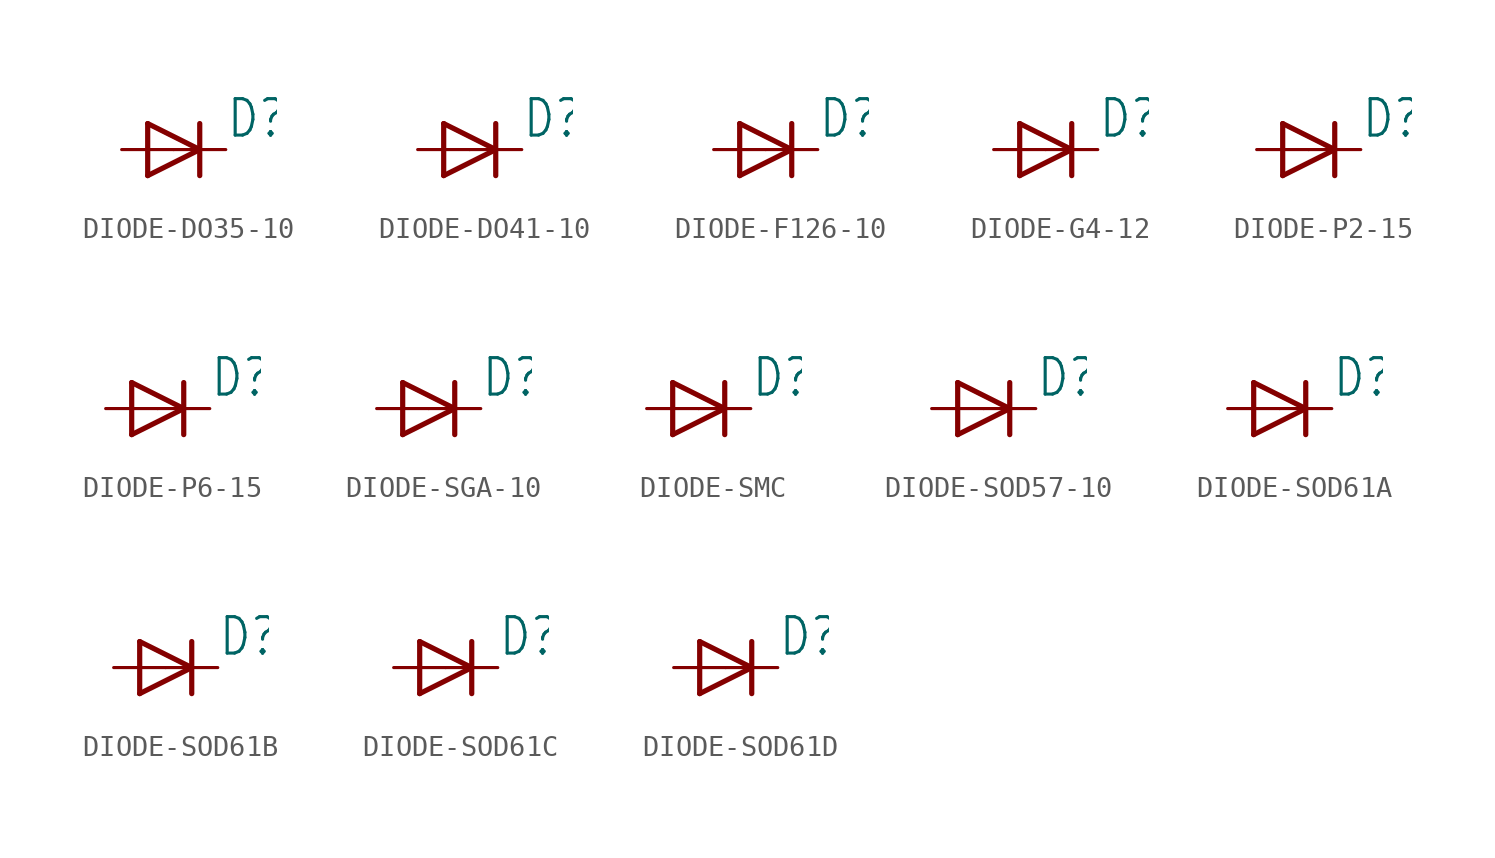
<source format=kicad_sym>
(kicad_symbol_lib
  (version 20241209)
  (generator "kicad_symbol_editor")
  (generator_version "9.0")
  (symbol "DIODE-DO35-10"
    (property "Reference" "D"
      (at 2.54 0.483 0)
      (effects (font (size 1.778 1.511)) (justify left bottom)))
    (property "Value" ""
      (at 2.54 -2.311 0)
      (effects (font (size 1.778 1.511)) (justify left bottom)))
    (property "ki_locked" ""
      (at 0 0 0)
      (effects (font (size 1.27 1.27))))
    (symbol "DIODE-DO35-10_1_0"
      (polyline (pts (xy -1.27 1.27) (xy -1.27 -1.27)) (stroke (width 0.254) (type solid)) (fill (type none)))
      (polyline (pts (xy -1.27 -1.27) (xy 1.27 0)) (stroke (width 0.254) (type solid)) (fill (type none)))
      (polyline (pts (xy 1.27 1.27) (xy 1.27 0)) (stroke (width 0.254) (type solid)) (fill (type none)))
      (polyline (pts (xy 1.27 0) (xy -1.27 1.27)) (stroke (width 0.254) (type solid)) (fill (type none)))
      (polyline (pts (xy 1.27 0) (xy 1.27 -1.27)) (stroke (width 0.254) (type solid)) (fill (type none)))
      (pin passive line (at -2.54 0 0) (length 2.54) (name "A" (effects (font (size 0 0)))) (number "A" (effects (font (size 0 0)))))
      (pin passive line (at 2.54 0 180) (length 2.54) (name "C" (effects (font (size 0 0)))) (number "C" (effects (font (size 0 0)))))))
  (symbol "DIODE-DO41-10"
    (property "Reference" "D"
      (at 2.54 0.483 0)
      (effects (font (size 1.778 1.511)) (justify left bottom)))
    (property "Value" ""
      (at 2.54 -2.311 0)
      (effects (font (size 1.778 1.511)) (justify left bottom)))
    (property "ki_locked" ""
      (at 0 0 0)
      (effects (font (size 1.27 1.27))))
    (symbol "DIODE-DO41-10_1_0"
      (polyline (pts (xy -1.27 1.27) (xy -1.27 -1.27)) (stroke (width 0.254) (type solid)) (fill (type none)))
      (polyline (pts (xy -1.27 -1.27) (xy 1.27 0)) (stroke (width 0.254) (type solid)) (fill (type none)))
      (polyline (pts (xy 1.27 1.27) (xy 1.27 0)) (stroke (width 0.254) (type solid)) (fill (type none)))
      (polyline (pts (xy 1.27 0) (xy -1.27 1.27)) (stroke (width 0.254) (type solid)) (fill (type none)))
      (polyline (pts (xy 1.27 0) (xy 1.27 -1.27)) (stroke (width 0.254) (type solid)) (fill (type none)))
      (pin passive line (at -2.54 0 0) (length 2.54) (name "A" (effects (font (size 0 0)))) (number "A" (effects (font (size 0 0)))))
      (pin passive line (at 2.54 0 180) (length 2.54) (name "C" (effects (font (size 0 0)))) (number "C" (effects (font (size 0 0)))))))
  (symbol "DIODE-F126-10"
    (property "Reference" "D"
      (at 2.54 0.483 0)
      (effects (font (size 1.778 1.511)) (justify left bottom)))
    (property "Value" ""
      (at 2.54 -2.311 0)
      (effects (font (size 1.778 1.511)) (justify left bottom)))
    (property "ki_locked" ""
      (at 0 0 0)
      (effects (font (size 1.27 1.27))))
    (symbol "DIODE-F126-10_1_0"
      (polyline (pts (xy -1.27 1.27) (xy -1.27 -1.27)) (stroke (width 0.254) (type solid)) (fill (type none)))
      (polyline (pts (xy -1.27 -1.27) (xy 1.27 0)) (stroke (width 0.254) (type solid)) (fill (type none)))
      (polyline (pts (xy 1.27 1.27) (xy 1.27 0)) (stroke (width 0.254) (type solid)) (fill (type none)))
      (polyline (pts (xy 1.27 0) (xy -1.27 1.27)) (stroke (width 0.254) (type solid)) (fill (type none)))
      (polyline (pts (xy 1.27 0) (xy 1.27 -1.27)) (stroke (width 0.254) (type solid)) (fill (type none)))
      (pin passive line (at -2.54 0 0) (length 2.54) (name "A" (effects (font (size 0 0)))) (number "A" (effects (font (size 0 0)))))
      (pin passive line (at 2.54 0 180) (length 2.54) (name "C" (effects (font (size 0 0)))) (number "C" (effects (font (size 0 0)))))))
  (symbol "DIODE-G4-12"
    (property "Reference" "D"
      (at 2.54 0.483 0)
      (effects (font (size 1.778 1.511)) (justify left bottom)))
    (property "Value" ""
      (at 2.54 -2.311 0)
      (effects (font (size 1.778 1.511)) (justify left bottom)))
    (property "ki_locked" ""
      (at 0 0 0)
      (effects (font (size 1.27 1.27))))
    (symbol "DIODE-G4-12_1_0"
      (polyline (pts (xy -1.27 1.27) (xy -1.27 -1.27)) (stroke (width 0.254) (type solid)) (fill (type none)))
      (polyline (pts (xy -1.27 -1.27) (xy 1.27 0)) (stroke (width 0.254) (type solid)) (fill (type none)))
      (polyline (pts (xy 1.27 1.27) (xy 1.27 0)) (stroke (width 0.254) (type solid)) (fill (type none)))
      (polyline (pts (xy 1.27 0) (xy -1.27 1.27)) (stroke (width 0.254) (type solid)) (fill (type none)))
      (polyline (pts (xy 1.27 0) (xy 1.27 -1.27)) (stroke (width 0.254) (type solid)) (fill (type none)))
      (pin passive line (at -2.54 0 0) (length 2.54) (name "A" (effects (font (size 0 0)))) (number "A" (effects (font (size 0 0)))))
      (pin passive line (at 2.54 0 180) (length 2.54) (name "C" (effects (font (size 0 0)))) (number "C" (effects (font (size 0 0)))))))
  (symbol "DIODE-P2-15"
    (property "Reference" "D"
      (at 2.54 0.483 0)
      (effects (font (size 1.778 1.511)) (justify left bottom)))
    (property "Value" ""
      (at 2.54 -2.311 0)
      (effects (font (size 1.778 1.511)) (justify left bottom)))
    (property "ki_locked" ""
      (at 0 0 0)
      (effects (font (size 1.27 1.27))))
    (symbol "DIODE-P2-15_1_0"
      (polyline (pts (xy -1.27 1.27) (xy -1.27 -1.27)) (stroke (width 0.254) (type solid)) (fill (type none)))
      (polyline (pts (xy -1.27 -1.27) (xy 1.27 0)) (stroke (width 0.254) (type solid)) (fill (type none)))
      (polyline (pts (xy 1.27 1.27) (xy 1.27 0)) (stroke (width 0.254) (type solid)) (fill (type none)))
      (polyline (pts (xy 1.27 0) (xy -1.27 1.27)) (stroke (width 0.254) (type solid)) (fill (type none)))
      (polyline (pts (xy 1.27 0) (xy 1.27 -1.27)) (stroke (width 0.254) (type solid)) (fill (type none)))
      (pin passive line (at -2.54 0 0) (length 2.54) (name "A" (effects (font (size 0 0)))) (number "A" (effects (font (size 0 0)))))
      (pin passive line (at 2.54 0 180) (length 2.54) (name "C" (effects (font (size 0 0)))) (number "C" (effects (font (size 0 0)))))))
  (symbol "DIODE-P6-15"
    (property "Reference" "D"
      (at 2.54 0.483 0)
      (effects (font (size 1.778 1.511)) (justify left bottom)))
    (property "Value" ""
      (at 2.54 -2.311 0)
      (effects (font (size 1.778 1.511)) (justify left bottom)))
    (property "ki_locked" ""
      (at 0 0 0)
      (effects (font (size 1.27 1.27))))
    (symbol "DIODE-P6-15_1_0"
      (polyline (pts (xy -1.27 1.27) (xy -1.27 -1.27)) (stroke (width 0.254) (type solid)) (fill (type none)))
      (polyline (pts (xy -1.27 -1.27) (xy 1.27 0)) (stroke (width 0.254) (type solid)) (fill (type none)))
      (polyline (pts (xy 1.27 1.27) (xy 1.27 0)) (stroke (width 0.254) (type solid)) (fill (type none)))
      (polyline (pts (xy 1.27 0) (xy -1.27 1.27)) (stroke (width 0.254) (type solid)) (fill (type none)))
      (polyline (pts (xy 1.27 0) (xy 1.27 -1.27)) (stroke (width 0.254) (type solid)) (fill (type none)))
      (pin passive line (at -2.54 0 0) (length 2.54) (name "A" (effects (font (size 0 0)))) (number "A" (effects (font (size 0 0)))))
      (pin passive line (at 2.54 0 180) (length 2.54) (name "C" (effects (font (size 0 0)))) (number "C" (effects (font (size 0 0)))))))
  (symbol "DIODE-SGA-10"
    (property "Reference" "D"
      (at 2.54 0.483 0)
      (effects (font (size 1.778 1.511)) (justify left bottom)))
    (property "Value" ""
      (at 2.54 -2.311 0)
      (effects (font (size 1.778 1.511)) (justify left bottom)))
    (property "ki_locked" ""
      (at 0 0 0)
      (effects (font (size 1.27 1.27))))
    (symbol "DIODE-SGA-10_1_0"
      (polyline (pts (xy -1.27 1.27) (xy -1.27 -1.27)) (stroke (width 0.254) (type solid)) (fill (type none)))
      (polyline (pts (xy -1.27 -1.27) (xy 1.27 0)) (stroke (width 0.254) (type solid)) (fill (type none)))
      (polyline (pts (xy 1.27 1.27) (xy 1.27 0)) (stroke (width 0.254) (type solid)) (fill (type none)))
      (polyline (pts (xy 1.27 0) (xy -1.27 1.27)) (stroke (width 0.254) (type solid)) (fill (type none)))
      (polyline (pts (xy 1.27 0) (xy 1.27 -1.27)) (stroke (width 0.254) (type solid)) (fill (type none)))
      (pin passive line (at -2.54 0 0) (length 2.54) (name "A" (effects (font (size 0 0)))) (number "A" (effects (font (size 0 0)))))
      (pin passive line (at 2.54 0 180) (length 2.54) (name "C" (effects (font (size 0 0)))) (number "C" (effects (font (size 0 0)))))))
  (symbol "DIODE-SMC"
    (property "Reference" "D"
      (at 2.54 0.483 0)
      (effects (font (size 1.778 1.511)) (justify left bottom)))
    (property "Value" ""
      (at 2.54 -2.311 0)
      (effects (font (size 1.778 1.511)) (justify left bottom)))
    (property "ki_locked" ""
      (at 0 0 0)
      (effects (font (size 1.27 1.27))))
    (symbol "DIODE-SMC_1_0"
      (polyline (pts (xy -1.27 1.27) (xy -1.27 -1.27)) (stroke (width 0.254) (type solid)) (fill (type none)))
      (polyline (pts (xy -1.27 -1.27) (xy 1.27 0)) (stroke (width 0.254) (type solid)) (fill (type none)))
      (polyline (pts (xy 1.27 1.27) (xy 1.27 0)) (stroke (width 0.254) (type solid)) (fill (type none)))
      (polyline (pts (xy 1.27 0) (xy -1.27 1.27)) (stroke (width 0.254) (type solid)) (fill (type none)))
      (polyline (pts (xy 1.27 0) (xy 1.27 -1.27)) (stroke (width 0.254) (type solid)) (fill (type none)))
      (pin passive line (at -2.54 0 0) (length 2.54) (name "A" (effects (font (size 0 0)))) (number "A" (effects (font (size 0 0)))))
      (pin passive line (at 2.54 0 180) (length 2.54) (name "C" (effects (font (size 0 0)))) (number "C" (effects (font (size 0 0)))))))
  (symbol "DIODE-SOD57-10"
    (property "Reference" "D"
      (at 2.54 0.483 0)
      (effects (font (size 1.778 1.511)) (justify left bottom)))
    (property "Value" ""
      (at 2.54 -2.311 0)
      (effects (font (size 1.778 1.511)) (justify left bottom)))
    (property "ki_locked" ""
      (at 0 0 0)
      (effects (font (size 1.27 1.27))))
    (symbol "DIODE-SOD57-10_1_0"
      (polyline (pts (xy -1.27 1.27) (xy -1.27 -1.27)) (stroke (width 0.254) (type solid)) (fill (type none)))
      (polyline (pts (xy -1.27 -1.27) (xy 1.27 0)) (stroke (width 0.254) (type solid)) (fill (type none)))
      (polyline (pts (xy 1.27 1.27) (xy 1.27 0)) (stroke (width 0.254) (type solid)) (fill (type none)))
      (polyline (pts (xy 1.27 0) (xy -1.27 1.27)) (stroke (width 0.254) (type solid)) (fill (type none)))
      (polyline (pts (xy 1.27 0) (xy 1.27 -1.27)) (stroke (width 0.254) (type solid)) (fill (type none)))
      (pin passive line (at -2.54 0 0) (length 2.54) (name "A" (effects (font (size 0 0)))) (number "A" (effects (font (size 0 0)))))
      (pin passive line (at 2.54 0 180) (length 2.54) (name "C" (effects (font (size 0 0)))) (number "C" (effects (font (size 0 0)))))))
  (symbol "DIODE-SOD61A"
    (property "Reference" "D"
      (at 2.54 0.483 0)
      (effects (font (size 1.778 1.511)) (justify left bottom)))
    (property "Value" ""
      (at 2.54 -2.311 0)
      (effects (font (size 1.778 1.511)) (justify left bottom)))
    (property "ki_locked" ""
      (at 0 0 0)
      (effects (font (size 1.27 1.27))))
    (symbol "DIODE-SOD61A_1_0"
      (polyline (pts (xy -1.27 1.27) (xy -1.27 -1.27)) (stroke (width 0.254) (type solid)) (fill (type none)))
      (polyline (pts (xy -1.27 -1.27) (xy 1.27 0)) (stroke (width 0.254) (type solid)) (fill (type none)))
      (polyline (pts (xy 1.27 1.27) (xy 1.27 0)) (stroke (width 0.254) (type solid)) (fill (type none)))
      (polyline (pts (xy 1.27 0) (xy -1.27 1.27)) (stroke (width 0.254) (type solid)) (fill (type none)))
      (polyline (pts (xy 1.27 0) (xy 1.27 -1.27)) (stroke (width 0.254) (type solid)) (fill (type none)))
      (pin passive line (at -2.54 0 0) (length 2.54) (name "A" (effects (font (size 0 0)))) (number "A" (effects (font (size 0 0)))))
      (pin passive line (at 2.54 0 180) (length 2.54) (name "C" (effects (font (size 0 0)))) (number "C" (effects (font (size 0 0)))))))
  (symbol "DIODE-SOD61B"
    (property "Reference" "D"
      (at 2.54 0.483 0)
      (effects (font (size 1.778 1.511)) (justify left bottom)))
    (property "Value" ""
      (at 2.54 -2.311 0)
      (effects (font (size 1.778 1.511)) (justify left bottom)))
    (property "ki_locked" ""
      (at 0 0 0)
      (effects (font (size 1.27 1.27))))
    (symbol "DIODE-SOD61B_1_0"
      (polyline (pts (xy -1.27 1.27) (xy -1.27 -1.27)) (stroke (width 0.254) (type solid)) (fill (type none)))
      (polyline (pts (xy -1.27 -1.27) (xy 1.27 0)) (stroke (width 0.254) (type solid)) (fill (type none)))
      (polyline (pts (xy 1.27 1.27) (xy 1.27 0)) (stroke (width 0.254) (type solid)) (fill (type none)))
      (polyline (pts (xy 1.27 0) (xy -1.27 1.27)) (stroke (width 0.254) (type solid)) (fill (type none)))
      (polyline (pts (xy 1.27 0) (xy 1.27 -1.27)) (stroke (width 0.254) (type solid)) (fill (type none)))
      (pin passive line (at -2.54 0 0) (length 2.54) (name "A" (effects (font (size 0 0)))) (number "A" (effects (font (size 0 0)))))
      (pin passive line (at 2.54 0 180) (length 2.54) (name "C" (effects (font (size 0 0)))) (number "C" (effects (font (size 0 0)))))))
  (symbol "DIODE-SOD61C"
    (property "Reference" "D"
      (at 2.54 0.483 0)
      (effects (font (size 1.778 1.511)) (justify left bottom)))
    (property "Value" ""
      (at 2.54 -2.311 0)
      (effects (font (size 1.778 1.511)) (justify left bottom)))
    (property "ki_locked" ""
      (at 0 0 0)
      (effects (font (size 1.27 1.27))))
    (symbol "DIODE-SOD61C_1_0"
      (polyline (pts (xy -1.27 1.27) (xy -1.27 -1.27)) (stroke (width 0.254) (type solid)) (fill (type none)))
      (polyline (pts (xy -1.27 -1.27) (xy 1.27 0)) (stroke (width 0.254) (type solid)) (fill (type none)))
      (polyline (pts (xy 1.27 1.27) (xy 1.27 0)) (stroke (width 0.254) (type solid)) (fill (type none)))
      (polyline (pts (xy 1.27 0) (xy -1.27 1.27)) (stroke (width 0.254) (type solid)) (fill (type none)))
      (polyline (pts (xy 1.27 0) (xy 1.27 -1.27)) (stroke (width 0.254) (type solid)) (fill (type none)))
      (pin passive line (at -2.54 0 0) (length 2.54) (name "A" (effects (font (size 0 0)))) (number "A" (effects (font (size 0 0)))))
      (pin passive line (at 2.54 0 180) (length 2.54) (name "C" (effects (font (size 0 0)))) (number "C" (effects (font (size 0 0)))))))
  (symbol "DIODE-SOD61D"
    (property "Reference" "D"
      (at 2.54 0.483 0)
      (effects (font (size 1.778 1.511)) (justify left bottom)))
    (property "Value" ""
      (at 2.54 -2.311 0)
      (effects (font (size 1.778 1.511)) (justify left bottom)))
    (property "ki_locked" ""
      (at 0 0 0)
      (effects (font (size 1.27 1.27))))
    (symbol "DIODE-SOD61D_1_0"
      (polyline (pts (xy -1.27 1.27) (xy -1.27 -1.27)) (stroke (width 0.254) (type solid)) (fill (type none)))
      (polyline (pts (xy -1.27 -1.27) (xy 1.27 0)) (stroke (width 0.254) (type solid)) (fill (type none)))
      (polyline (pts (xy 1.27 1.27) (xy 1.27 0)) (stroke (width 0.254) (type solid)) (fill (type none)))
      (polyline (pts (xy 1.27 0) (xy -1.27 1.27)) (stroke (width 0.254) (type solid)) (fill (type none)))
      (polyline (pts (xy 1.27 0) (xy 1.27 -1.27)) (stroke (width 0.254) (type solid)) (fill (type none)))
      (pin passive line (at -2.54 0 0) (length 2.54) (name "A" (effects (font (size 0 0)))) (number "A" (effects (font (size 0 0)))))
      (pin passive line (at 2.54 0 180) (length 2.54) (name "C" (effects (font (size 0 0)))) (number "C" (effects (font (size 0 0))))))))
</source>
